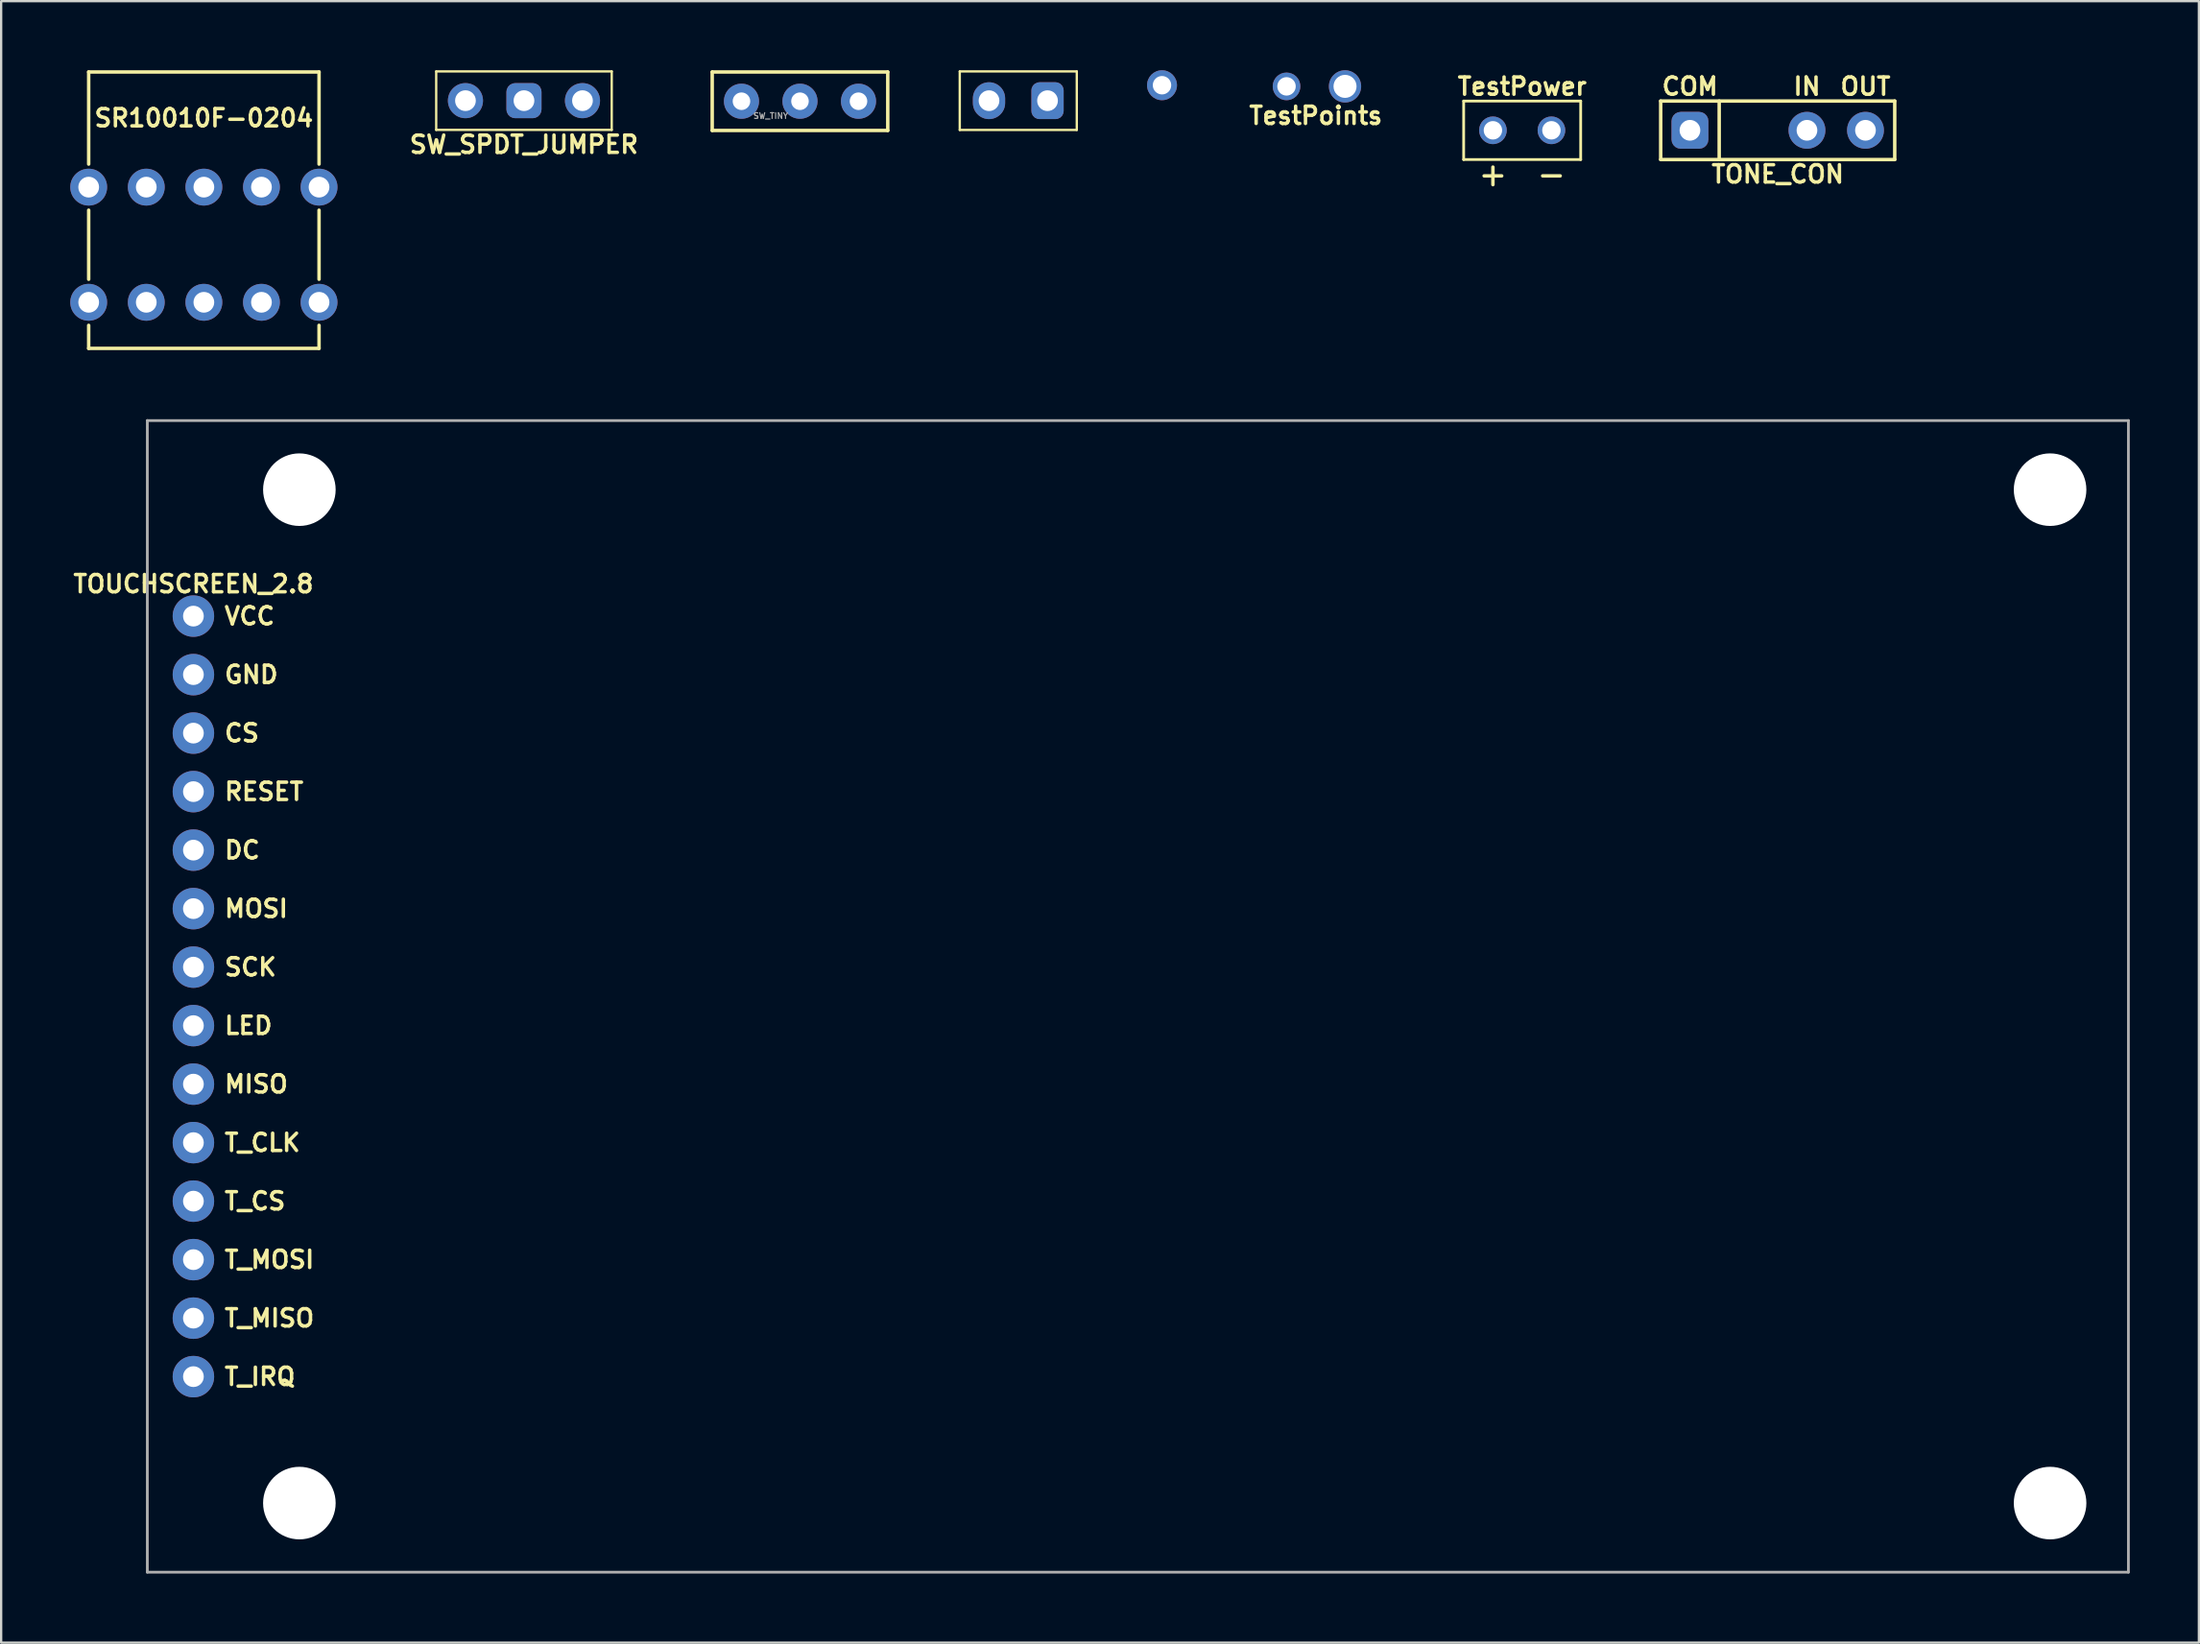
<source format=kicad_pcb>
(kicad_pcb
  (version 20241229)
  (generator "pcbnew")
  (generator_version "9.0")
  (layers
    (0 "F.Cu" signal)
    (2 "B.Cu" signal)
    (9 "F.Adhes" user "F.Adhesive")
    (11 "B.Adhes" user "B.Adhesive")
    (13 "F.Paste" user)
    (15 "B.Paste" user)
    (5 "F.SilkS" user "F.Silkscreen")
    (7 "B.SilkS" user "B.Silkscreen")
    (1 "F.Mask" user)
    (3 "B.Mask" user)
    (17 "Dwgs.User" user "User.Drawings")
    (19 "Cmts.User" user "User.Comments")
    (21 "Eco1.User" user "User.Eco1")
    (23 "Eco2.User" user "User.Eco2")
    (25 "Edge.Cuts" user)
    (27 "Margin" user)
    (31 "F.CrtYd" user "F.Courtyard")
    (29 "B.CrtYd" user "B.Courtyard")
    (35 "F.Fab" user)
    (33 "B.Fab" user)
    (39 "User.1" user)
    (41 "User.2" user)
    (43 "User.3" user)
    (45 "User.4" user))
  (footprint "TestPin"
    (layer "F.Cu")
    (at 47.394 0.65)
    (property "Reference" "TestPin" (at 0 0.635 0) (layer "Dwgs.User") (effects (font (size 0.127 0.127) (thickness 0.001))))
    (attr through_hole)
    (pad "1" thru_hole circle (at 0 0) (size 1.3 1.3) (drill 0.8) (layers "*.Cu" "*.Mask")))
  (footprint "TestPower"
    (layer "F.Cu")
    (at 63.029 2.607)
    (property "Reference" "TestPower" (at 0 -1.905 0) (layer "F.SilkS") (effects (font (size 0.75 0.75) (thickness 0.15))))
    (attr through_hole)
    (fp_line (start -2.54 -1.27) (end 2.54 -1.27) (stroke (width 0.12) (type solid)) (layer "F.SilkS"))
    (fp_line (start -2.54 1.27) (end -2.54 -1.27) (stroke (width 0.12) (type solid)) (layer "F.SilkS"))
    (fp_line (start 2.54 -1.27) (end 2.54 1.27) (stroke (width 0.12) (type solid)) (layer "F.SilkS"))
    (fp_line (start 2.54 1.27) (end -2.54 1.27) (stroke (width 0.12) (type solid)) (layer "F.SilkS"))
    (fp_text user "-" (at 1.27 1.905 0) (layer "F.SilkS") (effects (font (size 1 1) (thickness 0.15))))
    (fp_text user "+" (at -1.27 1.905 0) (layer "F.SilkS") (effects (font (size 1 1) (thickness 0.15))))
    (pad "1" thru_hole circle (at -1.27 0) (size 1.2 1.2) (drill 0.8) (layers "*.Cu" "*.Mask"))
    (pad "2" thru_hole circle (at 1.27 0) (size 1.2 1.2) (drill 0.8) (layers "*.Cu" "*.Mask")))
  (footprint "SR10010F-0204"
    (layer "F.Cu")
    (at 5.8 5.075)
    (property "Reference" "SR10010F-0204" (at 0 -3 0) (unlocked yes) (layer "F.SilkS") (effects (font (size 0.75 0.75) (thickness 0.15))))
    (attr through_hole)
    (fp_line (start -5 -5) (end -5 -1) (stroke (width 0.15) (type solid)) (layer "F.SilkS"))
    (fp_line (start -5 -5) (end 5 -5) (stroke (width 0.15) (type solid)) (layer "F.SilkS"))
    (fp_line (start -5 1) (end -5 4) (stroke (width 0.15) (type solid)) (layer "F.SilkS"))
    (fp_line (start -5 6) (end -5 7) (stroke (width 0.15) (type solid)) (layer "F.SilkS"))
    (fp_line (start -5 7) (end 5 7) (stroke (width 0.15) (type solid)) (layer "F.SilkS"))
    (fp_line (start 5 -1) (end 5 -5) (stroke (width 0.15) (type solid)) (layer "F.SilkS"))
    (fp_line (start 5 1) (end 5 4) (stroke (width 0.15) (type solid)) (layer "F.SilkS"))
    (fp_line (start 5 7) (end 5 6) (stroke (width 0.15) (type solid)) (layer "F.SilkS"))
    (pad "1" thru_hole circle (at -5 0) (size 1.6 1.6) (drill 0.9) (layers "*.Cu" "*.Mask"))
    (pad "2" thru_hole circle (at -2.5 0) (size 1.6 1.6) (drill 0.9) (layers "*.Cu" "*.Mask"))
    (pad "3" thru_hole circle (at 0 0) (size 1.6 1.6) (drill 0.9) (layers "*.Cu" "*.Mask"))
    (pad "4" thru_hole circle (at 2.5 0) (size 1.6 1.6) (drill 0.9) (layers "*.Cu" "*.Mask"))
    (pad "5" thru_hole circle (at 5 0) (size 1.6 1.6) (drill 0.9) (layers "*.Cu" "*.Mask"))
    (pad "6" thru_hole circle (at -5 5) (size 1.6 1.6) (drill 0.9) (layers "*.Cu" "*.Mask"))
    (pad "7" thru_hole circle (at -2.5 5) (size 1.6 1.6) (drill 0.9) (layers "*.Cu" "*.Mask"))
    (pad "8" thru_hole circle (at 0 5) (size 1.6 1.6) (drill 0.9) (layers "*.Cu" "*.Mask"))
    (pad "9" thru_hole circle (at 2.5 5) (size 1.6 1.6) (drill 0.9) (layers "*.Cu" "*.Mask"))
    (pad "10" thru_hole circle (at 5 5) (size 1.6 1.6) (drill 0.9) (layers "*.Cu" "*.Mask")))
  (footprint "TONE_CON"
    (layer "F.Cu")
    (at 74.122 2.607)
    (property "Reference" "TONE_CON" (at 0 1.905 0) (layer "F.SilkS") (effects (font (size 0.75 0.75) (thickness 0.15))))
    (attr through_hole)
    (fp_line (start -5.08 -1.27) (end -5.08 1.27) (stroke (width 0.15) (type solid)) (layer "F.SilkS"))
    (fp_line (start -5.08 1.27) (end 5.08 1.27) (stroke (width 0.15) (type solid)) (layer "F.SilkS"))
    (fp_line (start -2.54 -1.27) (end -2.54 1.27) (stroke (width 0.15) (type solid)) (layer "F.SilkS"))
    (fp_line (start 5.08 -1.27) (end -5.08 -1.27) (stroke (width 0.15) (type solid)) (layer "F.SilkS"))
    (fp_line (start 5.08 1.27) (end 5.08 -1.27) (stroke (width 0.15) (type solid)) (layer "F.SilkS"))
    (fp_text user "OUT" (at 3.81 -1.905 0) (layer "F.SilkS") (effects (font (size 0.75 0.75) (thickness 0.15))))
    (fp_text user "IN" (at 1.27 -1.905 0) (layer "F.SilkS") (effects (font (size 0.75 0.75) (thickness 0.15))))
    (fp_text user "COM" (at -3.81 -1.905 0) (layer "F.SilkS") (effects (font (size 0.75 0.75) (thickness 0.15))))
    (pad "1" thru_hole roundrect (at -3.81 0) (size 1.6 1.6) (drill 0.9) (layers "*.Cu" "*.Mask") (roundrect_rratio 0.25))
    (pad "2" thru_hole circle (at 1.27 0) (size 1.6 1.6) (drill 0.9) (layers "*.Cu" "*.Mask"))
    (pad "3" thru_hole circle (at 3.81 0) (size 1.6 1.6) (drill 0.9) (layers "*.Cu" "*.Mask")))
  (footprint "SW_SPDT_JUMPER"
    (layer "F.Cu")
    (at 19.696 1.32)
    (property "Reference" "SW_SPDT_JUMPER" (at 0 1.905 0) (layer "F.SilkS") (effects (font (size 0.75 0.75) (thickness 0.15))))
    (attr through_hole)
    (fp_line (start -3.81 -1.27) (end 3.81 -1.27) (stroke (width 0.1) (type solid)) (layer "F.SilkS"))
    (fp_line (start -3.81 1.27) (end -3.81 -1.27) (stroke (width 0.1) (type solid)) (layer "F.SilkS"))
    (fp_line (start 3.81 -1.27) (end 3.81 1.27) (stroke (width 0.1) (type solid)) (layer "F.SilkS"))
    (fp_line (start 3.81 1.27) (end -3.81 1.27) (stroke (width 0.1) (type solid)) (layer "F.SilkS"))
    (pad "1" thru_hole circle (at -2.54 0) (size 1.524 1.524) (drill 0.9) (layers "*.Cu" "*.Mask"))
    (pad "2" thru_hole roundrect (at 0 0) (size 1.524 1.524) (drill 0.9) (layers "*.Cu" "*.Mask") (roundrect_rratio 0.25))
    (pad "3" thru_hole circle (at 2.54 0) (size 1.524 1.524) (drill 0.9) (layers "*.Cu" "*.Mask")))
  (footprint "Switch_2.5mm"
    (layer "F.Cu")
    (at 41.154 1.321)
    (property "Reference" "Switch_2.5mm" (at -0.508 -1.016 0) (layer "F.SilkS") (effects (font (size 0.025 0.025) (thickness 0.001))))
    (attr through_hole)
    (fp_line (start -2.54 -1.27) (end 2.54 -1.27) (stroke (width 0.1) (type solid)) (layer "F.SilkS"))
    (fp_line (start -2.54 1.27) (end -2.54 -1.27) (stroke (width 0.102) (type solid)) (layer "F.SilkS"))
    (fp_line (start 2.54 -1.27) (end 2.54 1.27) (stroke (width 0.1) (type solid)) (layer "F.SilkS"))
    (fp_line (start 2.54 1.27) (end -2.54 1.27) (stroke (width 0.1) (type solid)) (layer "F.SilkS"))
    (pad "1" thru_hole roundrect (at 1.27 0) (size 1.4 1.6) (drill 0.9) (layers "*.Cu" "*.Mask") (roundrect_rratio 0.25))
    (pad "2" thru_hole oval (at -1.27 0) (size 1.4 1.6) (drill 0.9) (layers "*.Cu" "*.Mask")))
  (footprint "SW_TINY"
    (layer "F.Cu")
    (at 31.678 1.345)
    (property "Reference" "SW_TINY" (at -1.27 0.635 0) (layer "F.Fab") (effects (font (size 0.25 0.25) (thickness 0.05))))
    (attr through_hole)
    (fp_line (start -3.81 -1.27) (end 3.81 -1.27) (stroke (width 0.15) (type solid)) (layer "F.SilkS"))
    (fp_line (start -3.81 1.27) (end -3.81 -1.27) (stroke (width 0.15) (type solid)) (layer "F.SilkS"))
    (fp_line (start 3.81 -1.27) (end 3.81 1.27) (stroke (width 0.15) (type solid)) (layer "F.SilkS"))
    (fp_line (start 3.81 1.27) (end -3.81 1.27) (stroke (width 0.15) (type solid)) (layer "F.SilkS"))
    (pad "1" thru_hole circle (at -2.54 0) (size 1.524 1.524) (drill 0.762) (layers "*.Cu" "*.Mask"))
    (pad "2" thru_hole circle (at 0 0) (size 1.524 1.524) (drill 0.762) (layers "*.Cu" "*.Mask"))
    (pad "3" thru_hole circle (at 2.54 0) (size 1.524 1.524) (drill 0.762) (layers "*.Cu" "*.Mask")))
  (footprint "TestPoints"
    (layer "F.Cu")
    (at 54.069 0.7)
    (property "Reference" "TestPoints" (at 0 1.27 0) (layer "F.SilkS") (effects (font (size 0.75 0.75) (thickness 0.15))))
    (attr through_hole)
    (pad "1" thru_hole circle (at -1.27 0) (size 1.2 1.2) (drill 0.8) (layers "*.Cu" "*.Mask"))
    (pad "2" thru_hole circle (at 1.27 0) (size 1.4 1.4) (drill 1) (layers "*.Cu" "*.Mask")))
  (footprint "TOUCHSCREEN_2.8"
    (layer "F.Cu")
    (at 5.346 40.21)
    (property "Reference" "TOUCHSCREEN_2.8" (at 0 -17.907 0) (unlocked yes) (layer "F.SilkS") (effects (font (size 0.75 0.75) (thickness 0.15))))
    (attr through_hole)
    (fp_line (start -2 -25) (end -2 25) (stroke (width 0.12) (type solid)) (layer "F.Fab"))
    (fp_line (start -2 -25) (end 84 -25) (stroke (width 0.12) (type solid)) (layer "F.Fab"))
    (fp_line (start -2 25) (end 84 25) (stroke (width 0.12) (type solid)) (layer "F.Fab"))
    (fp_line (start 84 -25) (end 84 25) (stroke (width 0.12) (type solid)) (layer "F.Fab"))
    (fp_text user "T_CS" (at 1.27 8.89 0) (unlocked yes) (layer "F.SilkS") (effects (font (size 0.75 0.75) (thickness 0.15)) (justify left)))
    (fp_text user "VCC" (at 1.27 -16.51 0) (unlocked yes) (layer "F.SilkS") (effects (font (size 0.75 0.75) (thickness 0.15)) (justify left)))
    (fp_text user "DC" (at 1.27 -6.35 0) (unlocked yes) (layer "F.SilkS") (effects (font (size 0.75 0.75) (thickness 0.15)) (justify left)))
    (fp_text user "GND" (at 1.27 -13.97 0) (unlocked yes) (layer "F.SilkS") (effects (font (size 0.75 0.75) (thickness 0.15)) (justify left)))
    (fp_text user "T_MISO" (at 1.27 13.97 0) (unlocked yes) (layer "F.SilkS") (effects (font (size 0.75 0.75) (thickness 0.15)) (justify left)))
    (fp_text user "CS" (at 1.27 -11.43 0) (unlocked yes) (layer "F.SilkS") (effects (font (size 0.75 0.75) (thickness 0.15)) (justify left)))
    (fp_text user "MOSI" (at 1.27 -3.81 0) (unlocked yes) (layer "F.SilkS") (effects (font (size 0.75 0.75) (thickness 0.15)) (justify left)))
    (fp_text user "LED" (at 1.27 1.27 0) (unlocked yes) (layer "F.SilkS") (effects (font (size 0.75 0.75) (thickness 0.15)) (justify left)))
    (fp_text user "T_CLK" (at 1.27 6.35 0) (unlocked yes) (layer "F.SilkS") (effects (font (size 0.75 0.75) (thickness 0.15)) (justify left)))
    (fp_text user "T_MOSI" (at 1.27 11.43 0) (unlocked yes) (layer "F.SilkS") (effects (font (size 0.75 0.75) (thickness 0.15)) (justify left)))
    (fp_text user "RESET" (at 1.27 -8.89 0) (unlocked yes) (layer "F.SilkS") (effects (font (size 0.75 0.75) (thickness 0.15)) (justify left)))
    (fp_text user "T_IRQ" (at 1.27 16.51 0) (unlocked yes) (layer "F.SilkS") (effects (font (size 0.75 0.75) (thickness 0.15)) (justify left)))
    (fp_text user "SCK" (at 1.27 -1.27 0) (unlocked yes) (layer "F.SilkS") (effects (font (size 0.75 0.75) (thickness 0.15)) (justify left)))
    (fp_text user "MISO" (at 1.27 3.81 0) (unlocked yes) (layer "F.SilkS") (effects (font (size 0.75 0.75) (thickness 0.15)) (justify left)))
    (pad "" np_thru_hole circle (at 4.6 -22) (size 3.15 3.15) (drill 3.15) (layers "*.Cu" "*.Mask"))
    (pad "" np_thru_hole circle (at 4.6 22) (size 3.15 3.15) (drill 3.15) (layers "*.Cu" "*.Mask"))
    (pad "" np_thru_hole circle (at 80.6 -22) (size 3.15 3.15) (drill 3.15) (layers "*.Cu" "*.Mask"))
    (pad "" np_thru_hole circle (at 80.6 22) (size 3.15 3.15) (drill 3.15) (layers "*.Cu" "*.Mask"))
    (pad "1" thru_hole circle (at 0 -16.51) (size 1.8 1.8) (drill 0.9) (layers "*.Cu" "*.Mask"))
    (pad "2" thru_hole circle (at 0 -13.97) (size 1.8 1.8) (drill 0.9) (layers "*.Cu" "*.Mask"))
    (pad "3" thru_hole circle (at 0 -11.43) (size 1.8 1.8) (drill 0.9) (layers "*.Cu" "*.Mask"))
    (pad "4" thru_hole circle (at 0 -8.89) (size 1.8 1.8) (drill 0.9) (layers "*.Cu" "*.Mask"))
    (pad "5" thru_hole circle (at 0 -6.35) (size 1.8 1.8) (drill 0.9) (layers "*.Cu" "*.Mask"))
    (pad "6" thru_hole circle (at 0 -3.81) (size 1.8 1.8) (drill 0.9) (layers "*.Cu" "*.Mask"))
    (pad "7" thru_hole circle (at 0 -1.27) (size 1.8 1.8) (drill 0.9) (layers "*.Cu" "*.Mask"))
    (pad "8" thru_hole circle (at 0 1.27) (size 1.8 1.8) (drill 0.9) (layers "*.Cu" "*.Mask"))
    (pad "9" thru_hole circle (at 0 3.81) (size 1.8 1.8) (drill 0.9) (layers "*.Cu" "*.Mask"))
    (pad "10" thru_hole circle (at 0 6.35) (size 1.8 1.8) (drill 0.9) (layers "*.Cu" "*.Mask"))
    (pad "11" thru_hole circle (at 0 8.89) (size 1.8 1.8) (drill 0.9) (layers "*.Cu" "*.Mask"))
    (pad "12" thru_hole circle (at 0 11.43) (size 1.8 1.8) (drill 0.9) (layers "*.Cu" "*.Mask"))
    (pad "13" thru_hole circle (at 0 13.97) (size 1.8 1.8) (drill 0.9) (layers "*.Cu" "*.Mask"))
    (pad "14" thru_hole circle (at 0 16.51) (size 1.8 1.8) (drill 0.9) (layers "*.Cu" "*.Mask")))
  (gr_rect
    (start -3 -3)
    (end 92.406 68.27)
    (stroke (width 0.1) (type default))
    (fill no)
    (layer "Edge.Cuts")))
</source>
